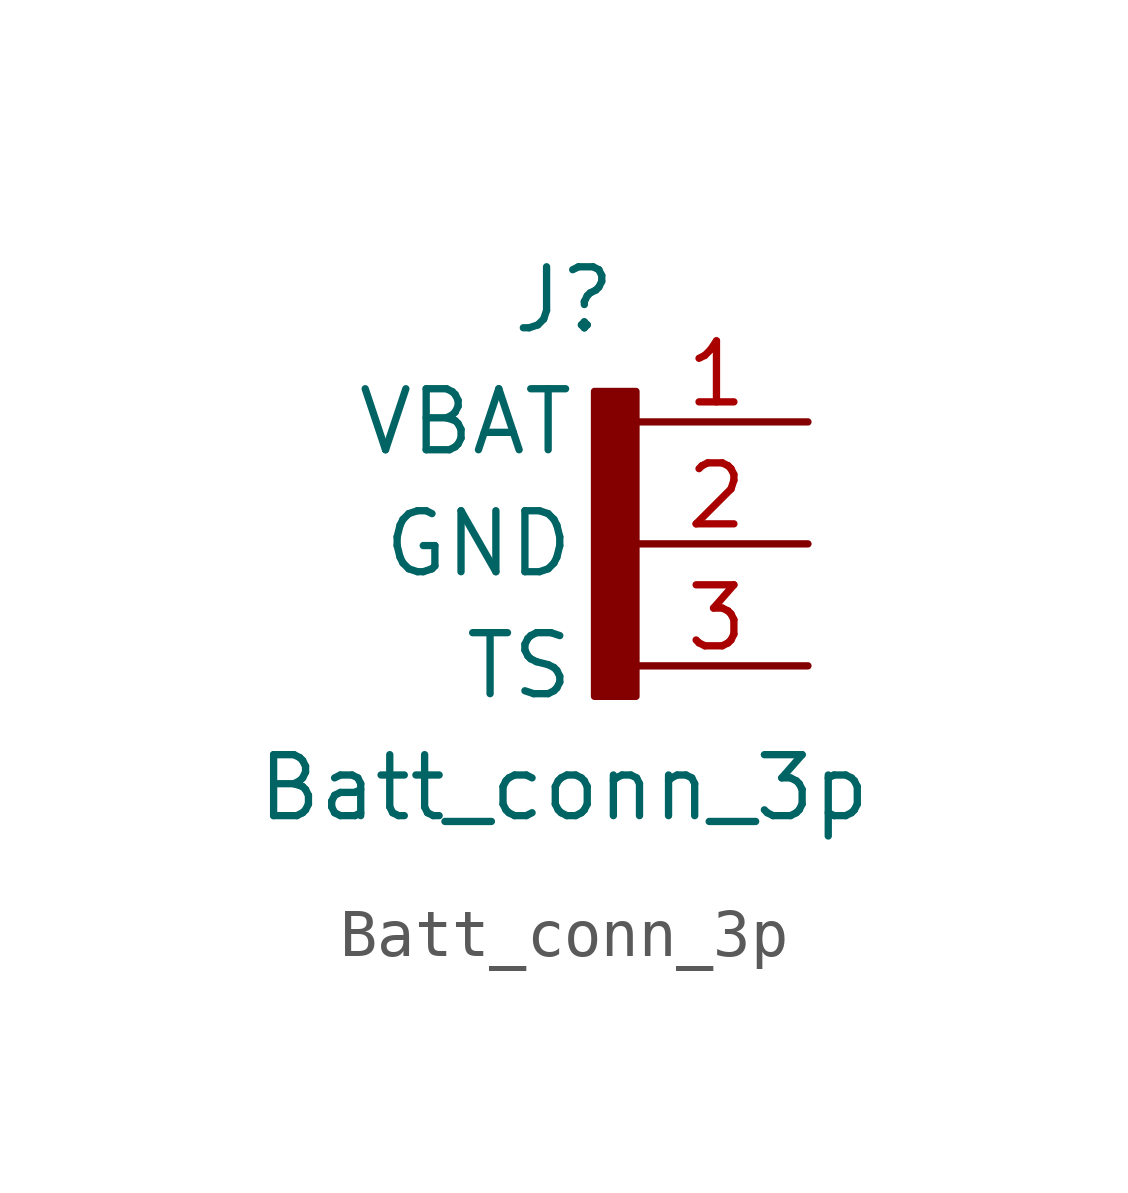
<source format=kicad_sym>
(kicad_symbol_lib
  (version 20241209)
  (generator "kicad_symbol_editor")
  (generator_version "9.0")
  (symbol "Batt_conn_3p"
    (pin_names
      (offset 1.016))
    (property "Reference" "J"
      (at 0 5.08 0)
      (effects (font (size 1.27 1.27))))
    (property "Value" "Batt_conn_3p"
      (at 0 -5.08 0)
      (effects (font (size 1.27 1.27))))
    (symbol "Batt_conn_3p_1_1"
      (rectangle (start 0.635 3.175) (end 1.499 -3.175) (stroke (width 0.152) (type default)) (fill (type outline)))
      (pin power_in line (at 5.08 2.54 180) (length 3.81) (name "VBAT" (effects (font (size 1.27 1.27)))) (number "1" (effects (font (size 1.27 1.27)))))
      (pin power_out line (at 5.08 0 180) (length 3.81) (name "GND" (effects (font (size 1.27 1.27)))) (number "2" (effects (font (size 1.27 1.27)))))
      (pin passive line (at 5.08 -2.54 180) (length 3.81) (name "TS" (effects (font (size 1.27 1.27)))) (number "3" (effects (font (size 1.27 1.27))))))))
</source>
